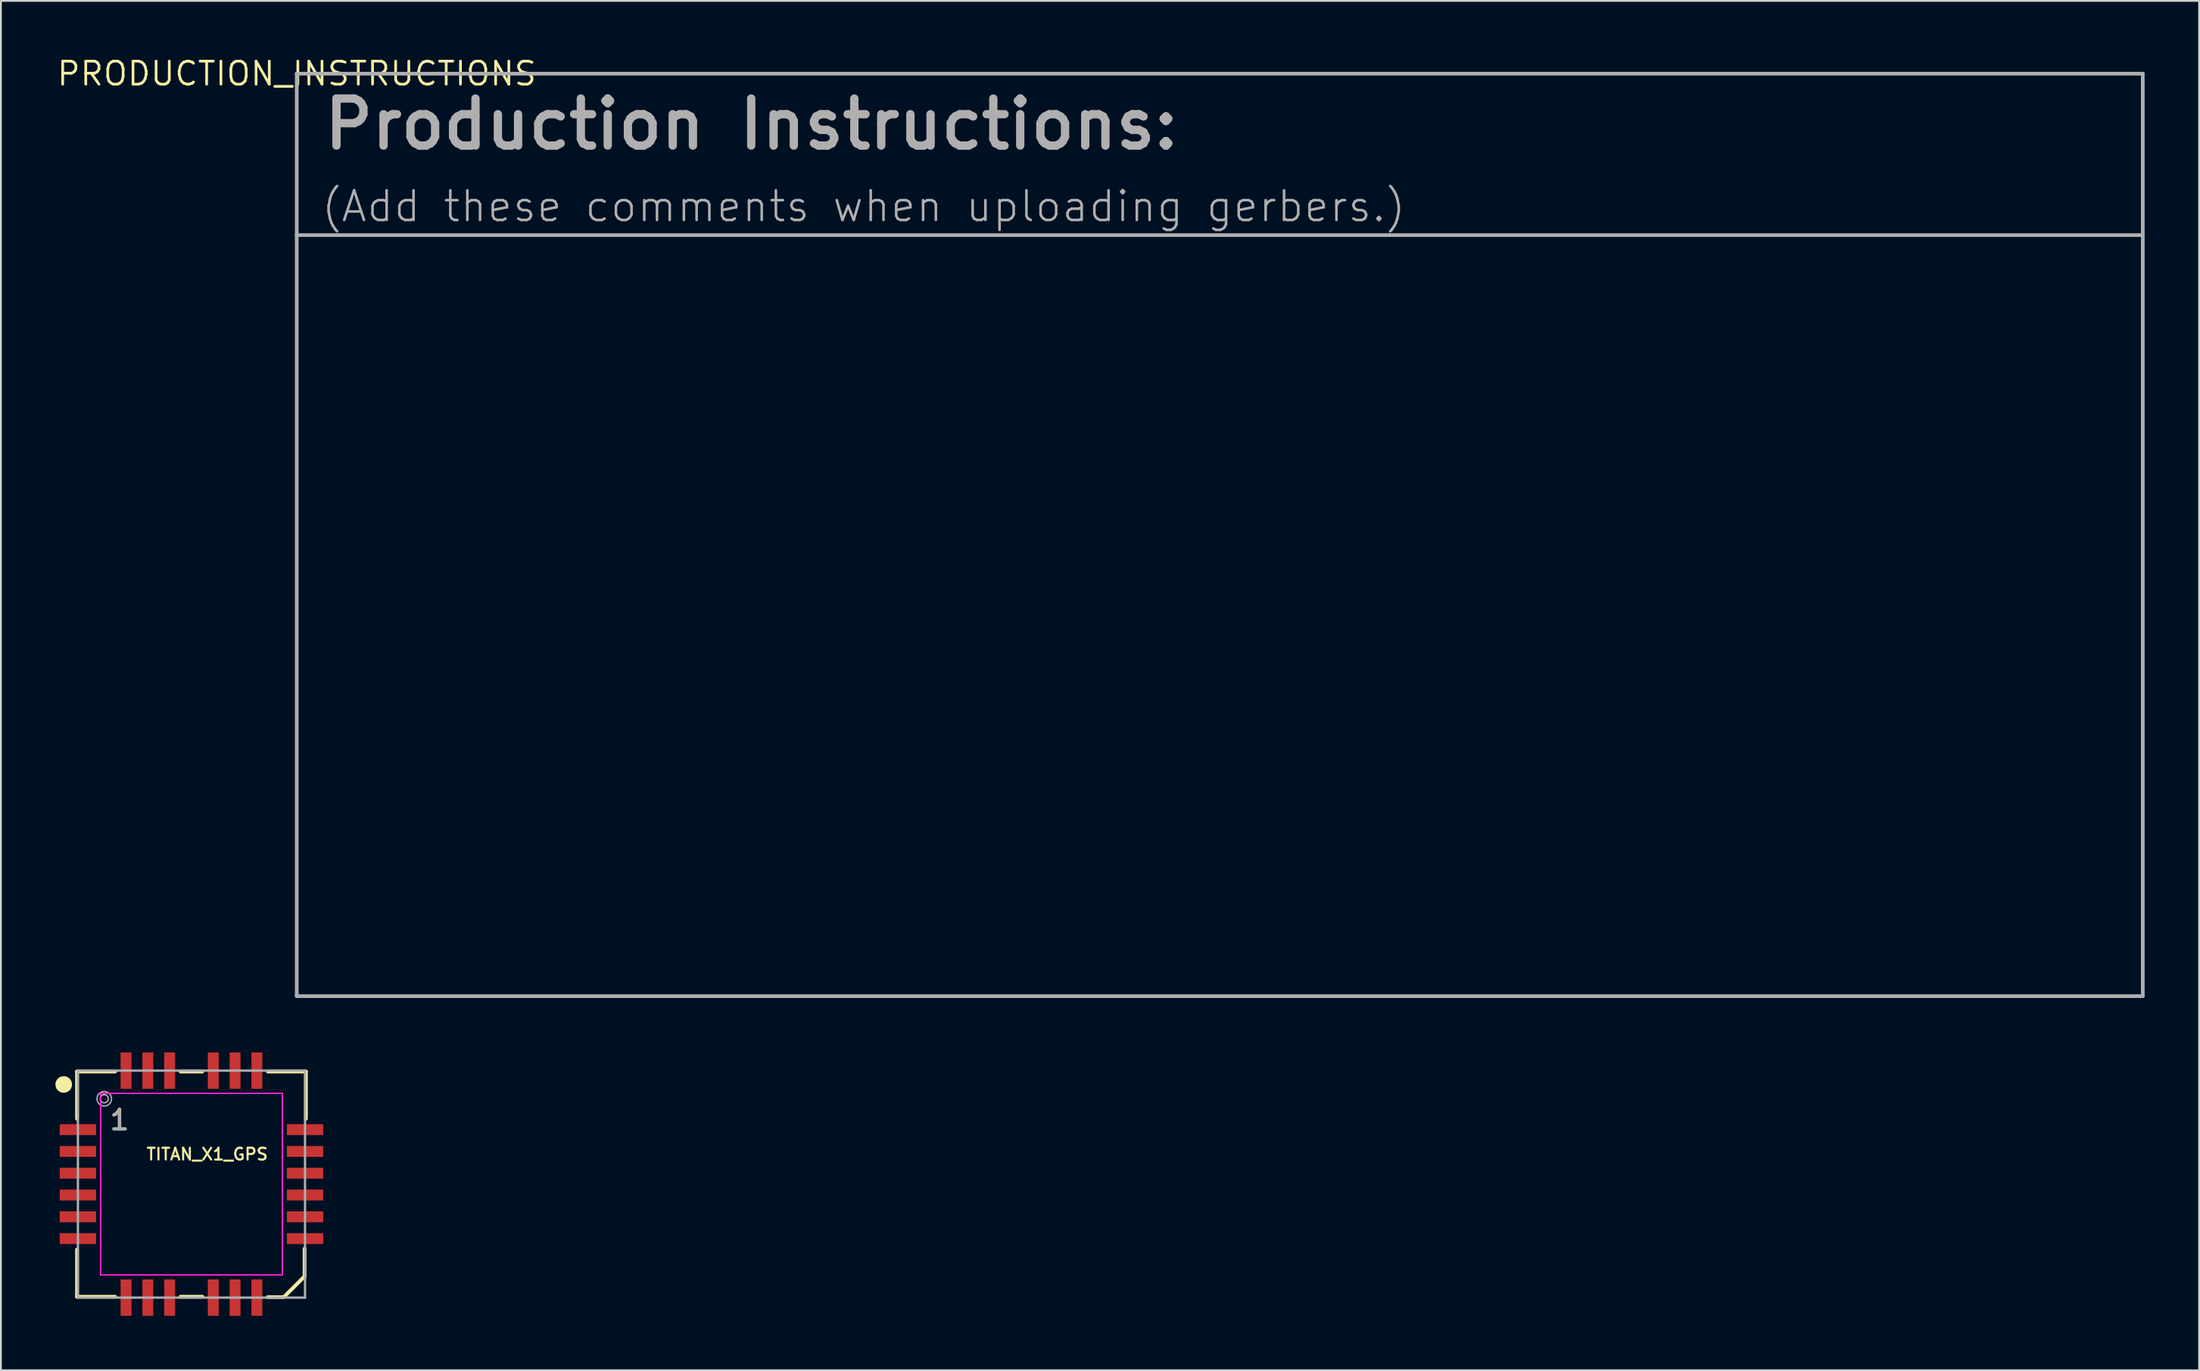
<source format=kicad_pcb>
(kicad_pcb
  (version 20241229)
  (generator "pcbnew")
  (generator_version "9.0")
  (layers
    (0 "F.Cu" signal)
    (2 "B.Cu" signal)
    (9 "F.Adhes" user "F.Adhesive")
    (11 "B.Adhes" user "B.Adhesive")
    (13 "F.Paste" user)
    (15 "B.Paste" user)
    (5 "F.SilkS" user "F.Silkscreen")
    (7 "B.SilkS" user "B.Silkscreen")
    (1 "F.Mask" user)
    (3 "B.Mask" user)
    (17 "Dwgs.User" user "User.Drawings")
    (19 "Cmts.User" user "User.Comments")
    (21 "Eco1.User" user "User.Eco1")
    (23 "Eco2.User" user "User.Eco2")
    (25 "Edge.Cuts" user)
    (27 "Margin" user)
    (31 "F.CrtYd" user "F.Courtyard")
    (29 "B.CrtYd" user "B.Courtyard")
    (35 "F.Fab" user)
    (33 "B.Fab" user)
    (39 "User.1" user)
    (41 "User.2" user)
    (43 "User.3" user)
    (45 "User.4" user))
  (footprint "TITAN_X1_GPS"
    (layer "F.Cu")
    (at 7.488 62.158)
    (property "Reference" "TITAN_X1_GPS" (at -2.54 -1.27 0) (unlocked yes) (layer "F.SilkS") (effects (font (size 0.648 0.648) (thickness 0.114)) (justify left bottom)))
    (fp_line (start -6.3 -6.2) (end -6.3 -3.6) (stroke (width 0.203) (type solid)) (layer "F.SilkS"))
    (fp_line (start -6.3 -6.2) (end -4.2 -6.2) (stroke (width 0.203) (type solid)) (layer "F.SilkS"))
    (fp_line (start -6.3 3.6) (end -6.3 6.2) (stroke (width 0.203) (type solid)) (layer "F.SilkS"))
    (fp_line (start -6.3 6.2) (end -4.2 6.2) (stroke (width 0.203) (type solid)) (layer "F.SilkS"))
    (fp_line (start -0.6 -6.2) (end 0.6 -6.2) (stroke (width 0.203) (type solid)) (layer "F.SilkS"))
    (fp_line (start -0.6 6.2) (end 0.6 6.2) (stroke (width 0.203) (type solid)) (layer "F.SilkS"))
    (fp_line (start 4.191 6.223) (end 5.08 6.223) (stroke (width 0.203) (type solid)) (layer "F.SilkS"))
    (fp_line (start 4.2 -6.2) (end 6.3 -6.2) (stroke (width 0.203) (type solid)) (layer "F.SilkS"))
    (fp_line (start 5.08 6.223) (end 6.223 5.08) (stroke (width 0.203) (type solid)) (layer "F.SilkS"))
    (fp_line (start 6.223 5.08) (end 6.223 3.556) (stroke (width 0.203) (type solid)) (layer "F.SilkS"))
    (fp_line (start 6.3 -3.6) (end 6.3 -6.2) (stroke (width 0.203) (type solid)) (layer "F.SilkS"))
    (fp_circle (center -7.031 -5.488) (end -6.802 -5.488) (stroke (width 0.457) (type solid)) (fill no) (layer "F.SilkS"))
    (fp_line (start -5 -5) (end 5 -5) (stroke (width 0.076) (type solid)) (layer "F.CrtYd"))
    (fp_line (start -5 5) (end -5 -5) (stroke (width 0.076) (type solid)) (layer "F.CrtYd"))
    (fp_line (start 5 -5) (end 5 5) (stroke (width 0.076) (type solid)) (layer "F.CrtYd"))
    (fp_line (start 5 5) (end -5 5) (stroke (width 0.076) (type solid)) (layer "F.CrtYd"))
    (fp_line (start -6.25 -6.25) (end -6.25 6.25) (stroke (width 0.127) (type solid)) (layer "F.Fab"))
    (fp_line (start -6.25 6.25) (end 6.25 6.25) (stroke (width 0.127) (type solid)) (layer "F.Fab"))
    (fp_line (start 6.25 -6.25) (end -6.25 -6.25) (stroke (width 0.127) (type solid)) (layer "F.Fab"))
    (fp_line (start 6.25 6.25) (end 6.25 -6.25) (stroke (width 0.127) (type solid)) (layer "F.Fab"))
    (fp_circle (center -4.8 -4.7) (end -4.576 -4.7) (stroke (width 0.076) (type solid)) (fill no) (layer "F.Fab"))
    (fp_circle (center -4.8 -4.7) (end -4.4 -4.7) (stroke (width 0.076) (type solid)) (fill no) (layer "F.Fab"))
    (fp_text user "1" (at -4.6 -2.9 0) (unlocked yes) (layer "F.Fab") (effects (font (size 1.079 1.079) (thickness 0.191)) (justify left bottom)))
    (pad "1" smd rect (at -6.25 -3) (size 2 0.6) (layers "F.Cu" "F.Mask" "F.Paste"))
    (pad "2" smd rect (at -6.25 -1.8) (size 2 0.6) (layers "F.Cu" "F.Mask" "F.Paste"))
    (pad "3" smd rect (at -6.25 -0.6) (size 2 0.6) (layers "F.Cu" "F.Mask" "F.Paste"))
    (pad "4" smd rect (at -6.25 0.6) (size 2 0.6) (layers "F.Cu" "F.Mask" "F.Paste"))
    (pad "5" smd rect (at -6.25 1.8) (size 2 0.6) (layers "F.Cu" "F.Mask" "F.Paste"))
    (pad "6" smd rect (at -6.25 3) (size 2 0.6) (layers "F.Cu" "F.Mask" "F.Paste"))
    (pad "7" smd rect (at -3.6 6.25 90) (size 2 0.6) (layers "F.Cu" "F.Mask" "F.Paste"))
    (pad "8" smd rect (at -2.4 6.25 90) (size 2 0.6) (layers "F.Cu" "F.Mask" "F.Paste"))
    (pad "9" smd rect (at -1.2 6.25 90) (size 2 0.6) (layers "F.Cu" "F.Mask" "F.Paste"))
    (pad "10" smd rect (at 1.2 6.25 90) (size 2 0.6) (layers "F.Cu" "F.Mask" "F.Paste"))
    (pad "11" smd rect (at 2.4 6.25 90) (size 2 0.6) (layers "F.Cu" "F.Mask" "F.Paste"))
    (pad "12" smd rect (at 3.6 6.25 90) (size 2 0.6) (layers "F.Cu" "F.Mask" "F.Paste"))
    (pad "13" smd rect (at 6.25 3) (size 2 0.6) (layers "F.Cu" "F.Mask" "F.Paste"))
    (pad "14" smd rect (at 6.25 1.8) (size 2 0.6) (layers "F.Cu" "F.Mask" "F.Paste"))
    (pad "15" smd rect (at 6.25 0.6) (size 2 0.6) (layers "F.Cu" "F.Mask" "F.Paste"))
    (pad "16" smd rect (at 6.25 -0.6) (size 2 0.6) (layers "F.Cu" "F.Mask" "F.Paste"))
    (pad "17" smd rect (at 6.25 -1.8) (size 2 0.6) (layers "F.Cu" "F.Mask" "F.Paste"))
    (pad "18" smd rect (at 6.25 -3) (size 2 0.6) (layers "F.Cu" "F.Mask" "F.Paste"))
    (pad "19" smd rect (at 3.6 -6.25 270) (size 2 0.6) (layers "F.Cu" "F.Mask" "F.Paste"))
    (pad "20" smd rect (at 2.4 -6.25 270) (size 2 0.6) (layers "F.Cu" "F.Mask" "F.Paste"))
    (pad "21" smd rect (at 1.2 -6.25 270) (size 2 0.6) (layers "F.Cu" "F.Mask" "F.Paste"))
    (pad "22" smd rect (at -1.2 -6.25 270) (size 2 0.6) (layers "F.Cu" "F.Mask" "F.Paste"))
    (pad "23" smd rect (at -2.4 -6.25 270) (size 2 0.6) (layers "F.Cu" "F.Mask" "F.Paste"))
    (pad "24" smd rect (at -3.6 -6.25 270) (size 2 0.6) (layers "F.Cu" "F.Mask" "F.Paste")))
  (footprint "PRODUCTION_INSTRUCTIONS"
    (layer "F.Cu")
    (at 13.282 1.006)
    (property "Reference" "PRODUCTION_INSTRUCTIONS" (at 0 0 0) (layer "F.SilkS") (effects (font (size 1.27 1.27) (thickness 0.15))))
    (fp_line (start 0 0) (end 101.6 0) (stroke (width 0.203) (type solid)) (layer "F.Fab"))
    (fp_line (start 0 8.89) (end 0 0) (stroke (width 0.203) (type solid)) (layer "F.Fab"))
    (fp_line (start 0 8.89) (end 101.6 8.89) (stroke (width 0.203) (type solid)) (layer "F.Fab"))
    (fp_line (start 0 50.8) (end 0 8.89) (stroke (width 0.203) (type solid)) (layer "F.Fab"))
    (fp_line (start 101.6 0) (end 101.6 8.89) (stroke (width 0.203) (type solid)) (layer "F.Fab"))
    (fp_line (start 101.6 8.89) (end 101.6 50.8) (stroke (width 0.203) (type solid)) (layer "F.Fab"))
    (fp_line (start 101.6 50.8) (end 0 50.8) (stroke (width 0.203) (type solid)) (layer "F.Fab"))
    (fp_text user "(Add these comments when uploading gerbers.)" (at 1.27 6.35 0) (unlocked yes) (layer "F.Fab") (effects (font (size 1.636 1.636) (thickness 0.142)) (justify left top)))
    (fp_text user "Production Instructions:" (at 1.27 1.27 0) (unlocked yes) (layer "F.Fab") (effects (font (size 2.591 2.591) (thickness 0.457)) (justify left top))))
  (gr_rect
    (start -3 -3)
    (end 117.983 72.408)
    (stroke (width 0.1) (type default))
    (fill no)
    (layer "Edge.Cuts")))
</source>
